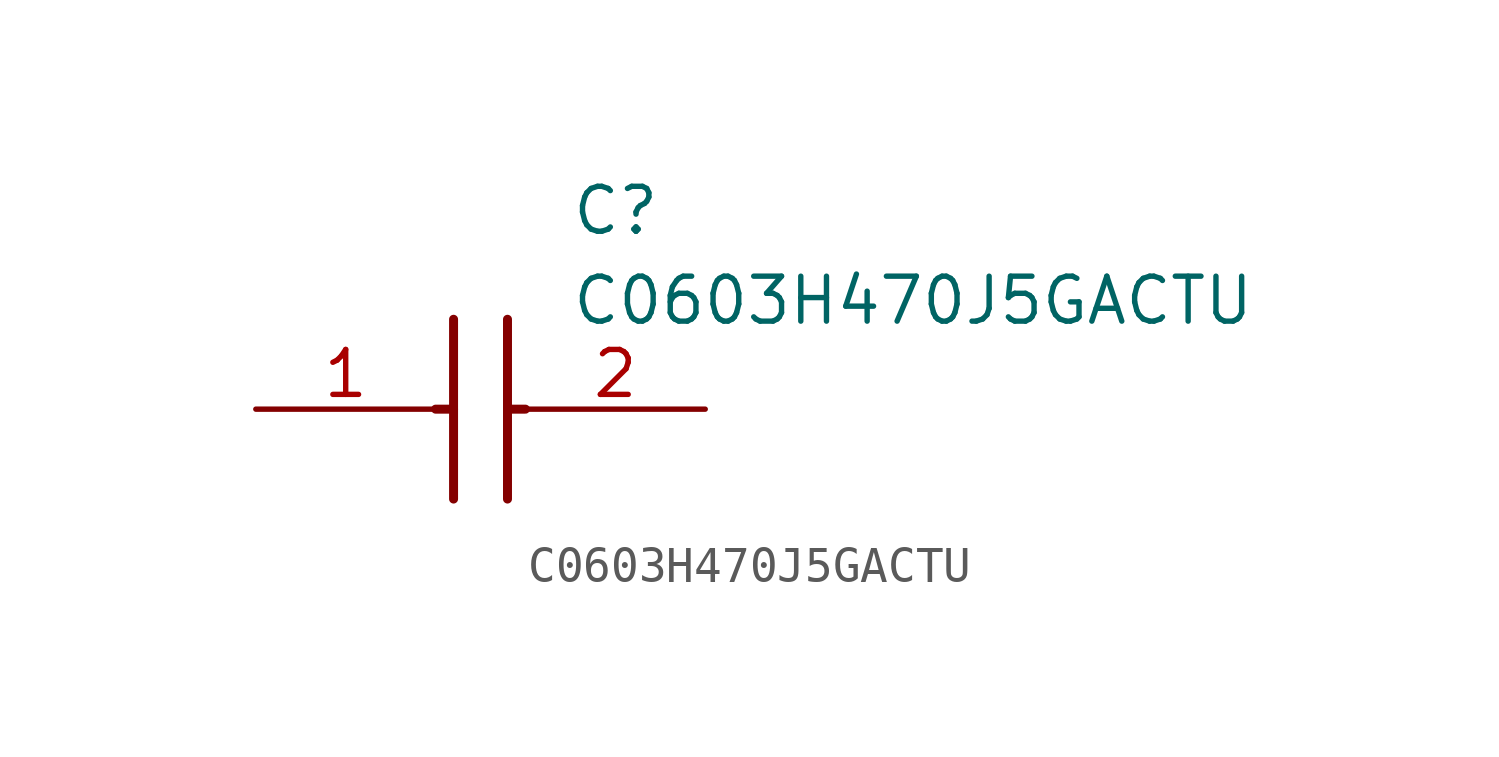
<source format=kicad_sym>
(kicad_symbol_lib
  (version 20211014)
  (generator SamacSys_ECAD_Model)
  (symbol "C0603H470J5GACTU"
    (pin_names hide)
    (property "Reference" "C"
      (at 8.89 6.35 0)
      (effects (font (size 1.27 1.27)) (justify left top)))
    (property "Value" "C0603H470J5GACTU"
      (at 8.89 3.81 0)
      (effects (font (size 1.27 1.27)) (justify left top)))
    (polyline
      (pts (xy 5.588 2.54) (xy 5.588 -2.54))
      (stroke (width 0.254) (type default))
      (fill (type none)))
    (polyline
      (pts (xy 7.112 2.54) (xy 7.112 -2.54))
      (stroke (width 0.254) (type default))
      (fill (type none)))
    (polyline
      (pts (xy 5.08 0) (xy 5.588 0))
      (stroke (width 0.254) (type default))
      (fill (type none)))
    (polyline
      (pts (xy 7.112 0) (xy 7.62 0))
      (stroke (width 0.254) (type default))
      (fill (type none)))
    (pin passive line
      (at 0 0 0)
      (length 5.08)
      (name "1" (effects (font (size 1.27 1.27))))
      (number "1" (effects (font (size 1.27 1.27)))))
    (pin passive line
      (at 12.7 0 180)
      (length 5.08)
      (name "2" (effects (font (size 1.27 1.27))))
      (number "2" (effects (font (size 1.27 1.27)))))))
</source>
